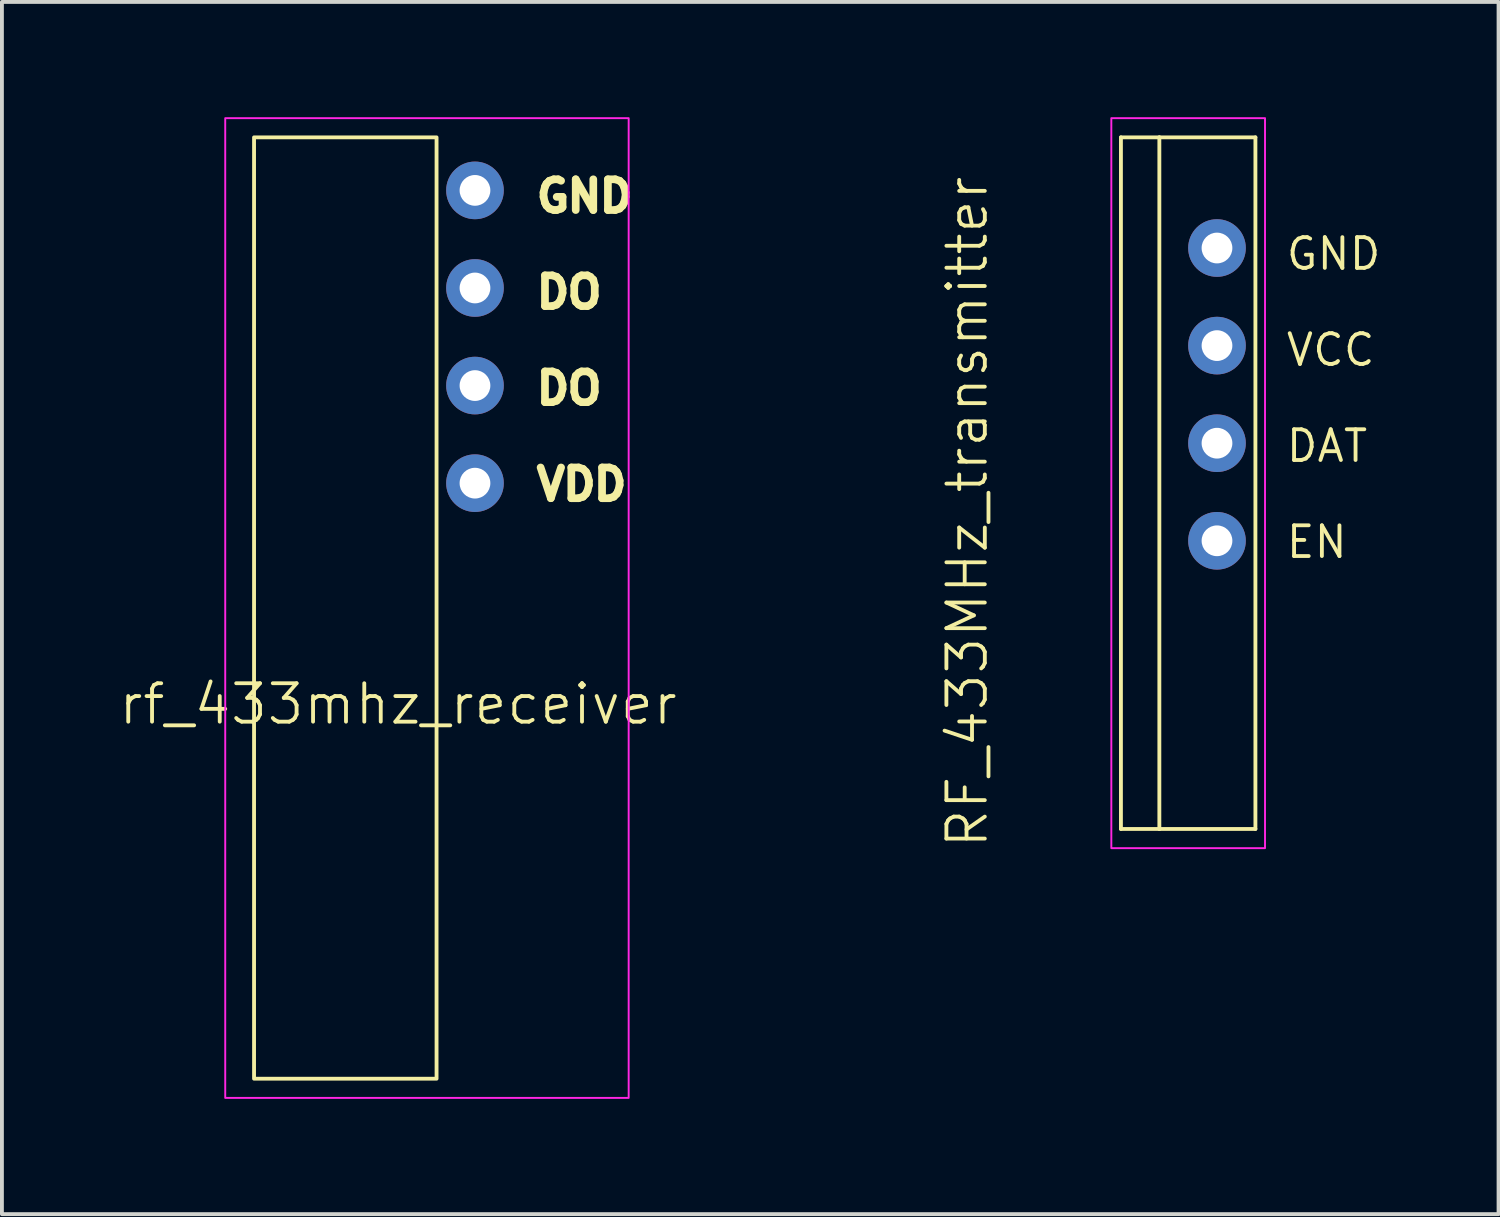
<source format=kicad_pcb>
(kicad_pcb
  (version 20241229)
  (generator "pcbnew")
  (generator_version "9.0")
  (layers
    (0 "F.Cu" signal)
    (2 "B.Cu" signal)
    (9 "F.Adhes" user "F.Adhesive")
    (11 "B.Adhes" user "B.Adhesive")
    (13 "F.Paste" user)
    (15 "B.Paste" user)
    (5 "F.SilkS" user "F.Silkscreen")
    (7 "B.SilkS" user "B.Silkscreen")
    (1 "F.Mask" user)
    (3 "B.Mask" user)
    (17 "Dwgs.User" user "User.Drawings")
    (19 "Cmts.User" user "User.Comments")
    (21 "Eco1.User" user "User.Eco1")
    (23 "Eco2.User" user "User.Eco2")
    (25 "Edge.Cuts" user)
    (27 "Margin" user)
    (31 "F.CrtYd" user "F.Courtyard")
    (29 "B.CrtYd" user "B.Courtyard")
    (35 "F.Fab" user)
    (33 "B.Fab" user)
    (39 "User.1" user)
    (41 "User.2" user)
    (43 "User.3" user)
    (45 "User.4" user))
  (footprint "rf_433mhz_receiver"
    (layer "F.Cu")
    (at 7.312 15.775)
    (property "Reference" "rf_433mhz_receiver" (at 0 -0.5 0) (unlocked yes) (layer "F.SilkS") (effects (font (size 1 1) (thickness 0.1))))
    (attr through_hole)
    (fp_rect (start -3.75 -15.25) (end 1 9.25) (stroke (width 0.1) (type default)) (fill no) (layer "F.SilkS"))
    (fp_rect (start -4.5 -15.75) (end 6 9.75) (stroke (width 0.05) (type default)) (fill no) (layer "F.CrtYd"))
    (fp_text user "VDD" (at 3.5 -5.75 0) (unlocked yes) (layer "F.SilkS") (effects (font (size 0.8 0.8) (thickness 0.2) (bold yes)) (justify left bottom)))
    (fp_text user "DO" (at 3.5 -8.25 0) (unlocked yes) (layer "F.SilkS") (effects (font (size 0.8 0.8) (thickness 0.2) (bold yes)) (justify left bottom)))
    (fp_text user "GND" (at 3.5 -13.25 0) (unlocked yes) (layer "F.SilkS") (effects (font (size 0.8 0.8) (thickness 0.2) (bold yes)) (justify left bottom)))
    (fp_text user "DO" (at 3.5 -10.75 0) (unlocked yes) (layer "F.SilkS") (effects (font (size 0.8 0.8) (thickness 0.2) (bold yes)) (justify left bottom)))
    (pad "1" thru_hole circle (at 2 -6.25) (size 1.5 1.5) (drill 0.8) (layers "*.Cu" "*.Mask"))
    (pad "2" thru_hole circle (at 2 -8.79) (size 1.5 1.5) (drill 0.8) (layers "*.Cu" "*.Mask"))
    (pad "3" thru_hole circle (at 2 -11.33) (size 1.5 1.5) (drill 0.8) (layers "*.Cu" "*.Mask"))
    (pad "4" thru_hole circle (at 2 -13.87) (size 1.5 1.5) (drill 0.8) (layers "*.Cu" "*.Mask")))
  (footprint "RF_433MHz_transmitter"
    (layer "F.Cu")
    (at 17.874 19.025)
    (property "Reference" "RF_433MHz_transmitter" (at 4.25 -8.75 90) (unlocked yes) (layer "F.SilkS") (effects (font (size 1 1) (thickness 0.1))))
    (attr through_hole)
    (fp_line (start 8.25 -18.5) (end 8.25 -0.5) (stroke (width 0.1) (type default)) (layer "F.SilkS"))
    (fp_line (start 8.25 -0.5) (end 9.25 -0.5) (stroke (width 0.1) (type default)) (layer "F.SilkS"))
    (fp_line (start 9.25 -18.5) (end 8.25 -18.5) (stroke (width 0.1) (type default)) (layer "F.SilkS"))
    (fp_line (start 9.25 -18.5) (end 11.75 -18.5) (stroke (width 0.1) (type default)) (layer "F.SilkS"))
    (fp_line (start 9.25 -0.5) (end 9.25 -18.5) (stroke (width 0.1) (type default)) (layer "F.SilkS"))
    (fp_line (start 11.75 -18.5) (end 11.75 -0.5) (stroke (width 0.1) (type default)) (layer "F.SilkS"))
    (fp_line (start 11.75 -0.5) (end 9.25 -0.5) (stroke (width 0.1) (type default)) (layer "F.SilkS"))
    (fp_rect (start 8 -19) (end 12 0) (stroke (width 0.05) (type default)) (fill no) (layer "F.CrtYd"))
    (fp_text user "VCC" (at 12.5 -12.5 0) (unlocked yes) (layer "F.SilkS") (effects (font (size 0.8 0.8) (thickness 0.1)) (justify left bottom)))
    (fp_text user "GND" (at 12.5 -15 0) (unlocked yes) (layer "F.SilkS") (effects (font (size 0.8 0.8) (thickness 0.1)) (justify left bottom)))
    (fp_text user "DAT" (at 12.5 -10 0) (unlocked yes) (layer "F.SilkS") (effects (font (size 0.8 0.8) (thickness 0.1)) (justify left bottom)))
    (fp_text user "EN" (at 12.5 -7.5 0) (unlocked yes) (layer "F.SilkS") (effects (font (size 0.8 0.8) (thickness 0.1)) (justify left bottom)))
    (pad "1" thru_hole circle (at 10.75 -8) (size 1.5 1.5) (drill 0.8) (layers "*.Cu" "*.Mask"))
    (pad "2" thru_hole circle (at 10.75 -10.54) (size 1.5 1.5) (drill 0.8) (layers "*.Cu" "*.Mask"))
    (pad "3" thru_hole circle (at 10.75 -13.08) (size 1.5 1.5) (drill 0.8) (layers "*.Cu" "*.Mask"))
    (pad "4" thru_hole circle (at 10.75 -15.62) (size 1.5 1.5) (drill 0.8) (layers "*.Cu" "*.Mask")))
  (gr_rect
    (start -3 -3)
    (end 35.952 28.55)
    (stroke (width 0.1) (type default))
    (fill no)
    (layer "Edge.Cuts")))
</source>
